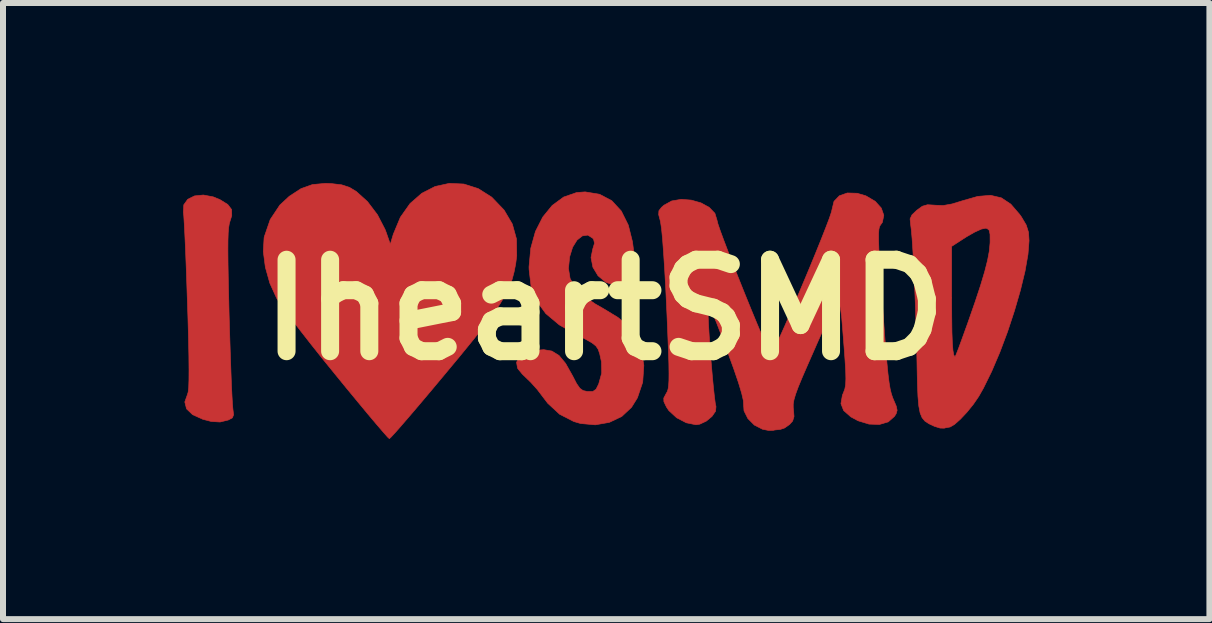
<source format=kicad_pcb>
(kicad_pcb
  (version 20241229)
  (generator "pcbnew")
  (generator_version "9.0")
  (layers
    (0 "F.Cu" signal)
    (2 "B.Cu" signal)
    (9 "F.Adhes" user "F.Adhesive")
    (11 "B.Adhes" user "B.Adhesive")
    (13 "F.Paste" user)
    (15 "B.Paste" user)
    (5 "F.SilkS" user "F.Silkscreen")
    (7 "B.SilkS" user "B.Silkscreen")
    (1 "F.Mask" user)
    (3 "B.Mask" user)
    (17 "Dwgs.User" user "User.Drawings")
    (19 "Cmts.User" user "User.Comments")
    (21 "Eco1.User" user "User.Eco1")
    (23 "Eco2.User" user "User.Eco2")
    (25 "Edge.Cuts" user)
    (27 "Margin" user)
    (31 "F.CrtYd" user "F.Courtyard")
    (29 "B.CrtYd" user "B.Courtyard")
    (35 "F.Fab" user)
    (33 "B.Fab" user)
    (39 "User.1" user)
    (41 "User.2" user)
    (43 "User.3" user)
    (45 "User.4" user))
  (footprint "IheartSMD"
    (layer "F.Cu")
    (at 7.022 2.112)
    (property "Reference" "IheartSMD" (at 0 0 0) (layer "F.SilkS") (effects (font (size 1.524 1.524) (thickness 0.3))))
    (attr through_hole)
    (fp_poly (pts (xy -6.519 -1.882) (xy -6.409 -1.837) (xy -6.277 -1.755) (xy -6.213 -1.671) (xy -6.211 -1.568) (xy -6.237 -1.486) (xy -6.251 -1.439) (xy -6.262 -1.373) (xy -6.27 -1.28) (xy -6.274 -1.153) (xy -6.275 -0.984) (xy -6.273 -0.765) (xy -6.268 -0.487) (xy -6.26 -0.144) (xy -6.255 0.078) (xy -6.245 0.411) (xy -6.235 0.724) (xy -6.225 1.008) (xy -6.216 1.252) (xy -6.206 1.448) (xy -6.198 1.585) (xy -6.192 1.65) (xy -6.18 1.749) (xy -6.201 1.8) (xy -6.267 1.835) (xy -6.27 1.836) (xy -6.406 1.869) (xy -6.553 1.86) (xy -6.692 1.824) (xy -6.863 1.747) (xy -6.964 1.65) (xy -6.993 1.535) (xy -6.949 1.411) (xy -6.937 1.371) (xy -6.928 1.294) (xy -6.924 1.172) (xy -6.923 1) (xy -6.925 0.771) (xy -6.931 0.48) (xy -6.941 0.119) (xy -6.948 -0.084) (xy -6.959 -0.414) (xy -6.97 -0.725) (xy -6.981 -1.005) (xy -6.992 -1.245) (xy -7.002 -1.435) (xy -7.01 -1.566) (xy -7.017 -1.626) (xy -7.01 -1.75) (xy -6.944 -1.842) (xy -6.831 -1.898) (xy -6.684 -1.913) (xy -6.519 -1.882)) (stroke (width 0.01) (type solid)) (fill yes) (layer "F.Cu"))
    (fp_poly (pts (xy -2.344 -2.096) (xy -2.105 -2.02) (xy -1.879 -1.877) (xy -1.676 -1.665) (xy -1.672 -1.66) (xy -1.536 -1.429) (xy -1.467 -1.18) (xy -1.463 -0.9) (xy -1.48 -0.766) (xy -1.507 -0.63) (xy -1.541 -0.503) (xy -1.588 -0.378) (xy -1.653 -0.246) (xy -1.74 -0.101) (xy -1.854 0.066) (xy -2.001 0.263) (xy -2.185 0.496) (xy -2.411 0.773) (xy -2.656 1.068) (xy -2.864 1.317) (xy -3.056 1.545) (xy -3.227 1.746) (xy -3.372 1.914) (xy -3.483 2.041) (xy -3.557 2.121) (xy -3.585 2.147) (xy -3.616 2.118) (xy -3.69 2.034) (xy -3.802 1.904) (xy -3.945 1.734) (xy -4.114 1.53) (xy -4.303 1.301) (xy -4.474 1.091) (xy -4.683 0.834) (xy -4.881 0.585) (xy -5.061 0.355) (xy -5.217 0.151) (xy -5.342 -0.016) (xy -5.428 -0.139) (xy -5.463 -0.194) (xy -5.576 -0.443) (xy -5.651 -0.71) (xy -5.685 -0.971) (xy -5.672 -1.201) (xy -5.668 -1.219) (xy -5.57 -1.504) (xy -5.41 -1.745) (xy -5.252 -1.892) (xy -5.057 -2.019) (xy -4.867 -2.087) (xy -4.65 -2.107) (xy -4.549 -2.103) (xy -4.38 -2.083) (xy -4.251 -2.041) (xy -4.136 -1.972) (xy -3.949 -1.803) (xy -3.783 -1.584) (xy -3.657 -1.341) (xy -3.638 -1.291) (xy -3.569 -1.093) (xy -3.519 -1.26) (xy -3.401 -1.543) (xy -3.24 -1.771) (xy -3.044 -1.942) (xy -2.823 -2.055) (xy -2.586 -2.107) (xy -2.344 -2.096)) (stroke (width 0.01) (type solid)) (fill yes) (layer "F.Cu"))
    (fp_poly (pts (xy 6.611 -1.866) (xy 6.769 -1.761) (xy 6.916 -1.59) (xy 6.946 -1.548) (xy 7.026 -1.413) (xy 7.064 -1.292) (xy 7.073 -1.151) (xy 7.055 -0.924) (xy 7.006 -0.644) (xy 6.929 -0.326) (xy 6.83 0.015) (xy 6.715 0.364) (xy 6.587 0.705) (xy 6.451 1.024) (xy 6.314 1.303) (xy 6.234 1.444) (xy 6.145 1.574) (xy 6.038 1.706) (xy 5.928 1.823) (xy 5.83 1.91) (xy 5.758 1.952) (xy 5.747 1.954) (xy 5.68 1.966) (xy 5.66 1.972) (xy 5.59 1.97) (xy 5.493 1.94) (xy 5.49 1.938) (xy 5.405 1.898) (xy 5.339 1.855) (xy 5.291 1.798) (xy 5.258 1.718) (xy 5.236 1.603) (xy 5.222 1.443) (xy 5.213 1.226) (xy 5.207 0.943) (xy 5.207 0.926) (xy 5.2 0.594) (xy 5.19 0.255) (xy 5.179 -0.081) (xy 5.166 -0.403) (xy 5.153 -0.7) (xy 5.139 -0.962) (xy 5.133 -1.057) (xy 5.783 -1.057) (xy 5.783 -0.199) (xy 5.785 0.12) (xy 5.788 0.368) (xy 5.795 0.552) (xy 5.805 0.677) (xy 5.818 0.751) (xy 5.836 0.78) (xy 5.841 0.782) (xy 5.857 0.747) (xy 5.895 0.651) (xy 5.948 0.507) (xy 6.013 0.327) (xy 6.05 0.225) (xy 6.171 -0.122) (xy 6.265 -0.406) (xy 6.334 -0.637) (xy 6.382 -0.826) (xy 6.411 -0.98) (xy 6.423 -1.111) (xy 6.424 -1.133) (xy 6.423 -1.258) (xy 6.409 -1.325) (xy 6.375 -1.354) (xy 6.349 -1.36) (xy 6.278 -1.345) (xy 6.167 -1.295) (xy 6.038 -1.221) (xy 6.026 -1.214) (xy 5.783 -1.057) (xy 5.133 -1.057) (xy 5.125 -1.178) (xy 5.111 -1.337) (xy 5.099 -1.429) (xy 5.099 -1.43) (xy 5.091 -1.515) (xy 5.122 -1.582) (xy 5.201 -1.658) (xy 5.295 -1.726) (xy 5.381 -1.751) (xy 5.5 -1.744) (xy 5.508 -1.743) (xy 5.643 -1.738) (xy 5.79 -1.764) (xy 5.959 -1.816) (xy 6.218 -1.89) (xy 6.432 -1.908) (xy 6.611 -1.866)) (stroke (width 0.01) (type solid)) (fill yes) (layer "F.Cu"))
    (fp_poly (pts (xy -0.082 -1.925) (xy 0.12 -1.819) (xy 0.279 -1.647) (xy 0.396 -1.412) (xy 0.466 -1.132) (xy 0.5 -0.863) (xy 0.502 -0.66) (xy 0.468 -0.518) (xy 0.399 -0.433) (xy 0.29 -0.399) (xy 0.187 -0.403) (xy 0.023 -0.458) (xy -0.108 -0.567) (xy -0.194 -0.71) (xy -0.225 -0.871) (xy -0.196 -1.014) (xy -0.167 -1.109) (xy -0.181 -1.172) (xy -0.195 -1.192) (xy -0.278 -1.245) (xy -0.369 -1.232) (xy -0.458 -1.162) (xy -0.532 -1.043) (xy -0.581 -0.884) (xy -0.601 -0.689) (xy -0.574 -0.523) (xy -0.495 -0.376) (xy -0.357 -0.237) (xy -0.153 -0.097) (xy -0.015 -0.018) (xy 0.224 0.127) (xy 0.397 0.272) (xy 0.517 0.428) (xy 0.597 0.609) (xy 0.604 0.632) (xy 0.655 0.924) (xy 0.636 1.206) (xy 0.548 1.466) (xy 0.45 1.624) (xy 0.287 1.777) (xy 0.08 1.875) (xy -0.154 1.916) (xy -0.399 1.894) (xy -0.512 1.861) (xy -0.748 1.74) (xy -0.946 1.557) (xy -1.023 1.456) (xy -1.121 1.327) (xy -1.23 1.206) (xy -1.278 1.16) (xy -1.369 1.072) (xy -1.436 0.991) (xy -1.449 0.972) (xy -1.466 0.874) (xy -1.415 0.786) (xy -1.307 0.718) (xy -1.153 0.675) (xy -1.012 0.664) (xy -0.877 0.687) (xy -0.759 0.76) (xy -0.649 0.892) (xy -0.536 1.093) (xy -0.535 1.094) (xy -0.466 1.228) (xy -0.412 1.306) (xy -0.358 1.345) (xy -0.29 1.36) (xy -0.282 1.36) (xy -0.194 1.36) (xy -0.141 1.323) (xy -0.097 1.235) (xy -0.047 1.054) (xy -0.051 0.866) (xy -0.081 0.73) (xy -0.106 0.658) (xy -0.144 0.602) (xy -0.211 0.549) (xy -0.321 0.487) (xy -0.46 0.418) (xy -0.755 0.25) (xy -0.978 0.063) (xy -1.132 -0.148) (xy -1.224 -0.392) (xy -1.257 -0.674) (xy -1.258 -0.716) (xy -1.229 -1.026) (xy -1.151 -1.306) (xy -1.029 -1.546) (xy -0.871 -1.74) (xy -0.681 -1.879) (xy -0.466 -1.954) (xy -0.323 -1.965) (xy -0.082 -1.925)) (stroke (width 0.01) (type solid)) (fill yes) (layer "F.Cu"))
    (fp_poly (pts (xy 4.21 -1.942) (xy 4.355 -1.899) (xy 4.51 -1.808) (xy 4.611 -1.696) (xy 4.653 -1.575) (xy 4.629 -1.457) (xy 4.595 -1.41) (xy 4.581 -1.384) (xy 4.571 -1.339) (xy 4.566 -1.266) (xy 4.566 -1.159) (xy 4.571 -1.008) (xy 4.582 -0.808) (xy 4.598 -0.549) (xy 4.621 -0.224) (xy 4.635 -0.02) (xy 4.662 0.348) (xy 4.684 0.646) (xy 4.705 0.883) (xy 4.723 1.068) (xy 4.741 1.211) (xy 4.759 1.318) (xy 4.779 1.4) (xy 4.801 1.465) (xy 4.813 1.493) (xy 4.86 1.604) (xy 4.875 1.674) (xy 4.859 1.73) (xy 4.831 1.775) (xy 4.727 1.867) (xy 4.58 1.91) (xy 4.406 1.904) (xy 4.223 1.848) (xy 4.103 1.783) (xy 3.984 1.678) (xy 3.939 1.563) (xy 3.963 1.423) (xy 3.982 1.377) (xy 4.004 1.318) (xy 4.017 1.247) (xy 4.021 1.15) (xy 4.018 1.014) (xy 4.006 0.824) (xy 3.992 0.634) (xy 3.969 0.343) (xy 3.951 0.123) (xy 3.932 -0.026) (xy 3.908 -0.105) (xy 3.873 -0.114) (xy 3.824 -0.052) (xy 3.756 0.08) (xy 3.664 0.283) (xy 3.543 0.556) (xy 3.511 0.629) (xy 3.389 0.906) (xy 3.296 1.12) (xy 3.228 1.284) (xy 3.183 1.407) (xy 3.156 1.499) (xy 3.144 1.569) (xy 3.144 1.628) (xy 3.148 1.663) (xy 3.157 1.778) (xy 3.134 1.853) (xy 3.083 1.91) (xy 2.999 1.969) (xy 2.927 1.993) (xy 2.836 2.002) (xy 2.807 2.009) (xy 2.735 2.01) (xy 2.634 1.99) (xy 2.631 1.989) (xy 2.496 1.92) (xy 2.388 1.811) (xy 2.324 1.683) (xy 2.317 1.585) (xy 2.313 1.512) (xy 2.285 1.39) (xy 2.232 1.214) (xy 2.151 0.977) (xy 2.041 0.675) (xy 2.037 0.664) (xy 1.939 0.403) (xy 1.864 0.208) (xy 1.808 0.074) (xy 1.77 -0.005) (xy 1.746 -0.037) (xy 1.732 -0.027) (xy 1.727 0.001) (xy 1.726 0.088) (xy 1.732 0.232) (xy 1.743 0.419) (xy 1.757 0.632) (xy 1.775 0.857) (xy 1.794 1.078) (xy 1.813 1.28) (xy 1.831 1.447) (xy 1.846 1.563) (xy 1.857 1.611) (xy 1.85 1.689) (xy 1.79 1.776) (xy 1.696 1.854) (xy 1.587 1.905) (xy 1.523 1.915) (xy 1.362 1.882) (xy 1.201 1.798) (xy 1.072 1.679) (xy 1.032 1.62) (xy 0.989 1.53) (xy 0.987 1.47) (xy 1.024 1.4) (xy 1.028 1.393) (xy 1.046 1.361) (xy 1.059 1.32) (xy 1.068 1.262) (xy 1.073 1.178) (xy 1.074 1.059) (xy 1.072 0.898) (xy 1.065 0.685) (xy 1.054 0.413) (xy 1.04 0.073) (xy 1.036 -0.008) (xy 1.02 -0.353) (xy 1.002 -0.669) (xy 0.984 -0.947) (xy 0.967 -1.177) (xy 0.95 -1.351) (xy 0.934 -1.459) (xy 0.93 -1.479) (xy 0.902 -1.586) (xy 0.906 -1.651) (xy 0.948 -1.706) (xy 0.99 -1.743) (xy 1.119 -1.814) (xy 1.277 -1.841) (xy 1.445 -1.828) (xy 1.607 -1.782) (xy 1.744 -1.707) (xy 1.839 -1.608) (xy 1.875 -1.49) (xy 1.875 -1.488) (xy 1.889 -1.432) (xy 1.928 -1.318) (xy 1.988 -1.156) (xy 2.064 -0.956) (xy 2.152 -0.73) (xy 2.248 -0.489) (xy 2.347 -0.242) (xy 2.445 -0.001) (xy 2.538 0.224) (xy 2.621 0.421) (xy 2.691 0.58) (xy 2.742 0.69) (xy 2.77 0.74) (xy 2.773 0.742) (xy 2.798 0.708) (xy 2.847 0.611) (xy 2.916 0.462) (xy 3.002 0.271) (xy 3.099 0.049) (xy 3.204 -0.195) (xy 3.311 -0.449) (xy 3.418 -0.704) (xy 3.519 -0.95) (xy 3.61 -1.175) (xy 3.687 -1.371) (xy 3.746 -1.526) (xy 3.781 -1.631) (xy 3.79 -1.671) (xy 3.823 -1.807) (xy 3.912 -1.9) (xy 4.045 -1.947) (xy 4.21 -1.942)) (stroke (width 0.01) (type solid)) (fill yes) (layer "F.Cu"))
    (fp_poly (pts (xy -6.519 -1.882) (xy -6.409 -1.837) (xy -6.277 -1.755) (xy -6.213 -1.671) (xy -6.211 -1.568) (xy -6.237 -1.486) (xy -6.251 -1.439) (xy -6.262 -1.373) (xy -6.27 -1.28) (xy -6.274 -1.153) (xy -6.275 -0.984) (xy -6.273 -0.765) (xy -6.268 -0.487) (xy -6.26 -0.144) (xy -6.255 0.078) (xy -6.245 0.411) (xy -6.235 0.724) (xy -6.225 1.008) (xy -6.216 1.252) (xy -6.206 1.448) (xy -6.198 1.585) (xy -6.192 1.65) (xy -6.18 1.749) (xy -6.201 1.8) (xy -6.267 1.835) (xy -6.27 1.836) (xy -6.406 1.869) (xy -6.553 1.86) (xy -6.692 1.824) (xy -6.863 1.747) (xy -6.964 1.65) (xy -6.993 1.535) (xy -6.949 1.411) (xy -6.937 1.371) (xy -6.928 1.294) (xy -6.924 1.172) (xy -6.923 1) (xy -6.925 0.771) (xy -6.931 0.48) (xy -6.941 0.119) (xy -6.948 -0.084) (xy -6.959 -0.414) (xy -6.97 -0.725) (xy -6.981 -1.005) (xy -6.992 -1.245) (xy -7.002 -1.435) (xy -7.01 -1.566) (xy -7.017 -1.626) (xy -7.01 -1.75) (xy -6.944 -1.842) (xy -6.831 -1.898) (xy -6.684 -1.913) (xy -6.519 -1.882)) (stroke (width 0.01) (type solid)) (fill yes) (layer "F.Mask"))
    (fp_poly (pts (xy -2.344 -2.096) (xy -2.105 -2.02) (xy -1.879 -1.877) (xy -1.676 -1.665) (xy -1.672 -1.66) (xy -1.536 -1.429) (xy -1.467 -1.18) (xy -1.463 -0.9) (xy -1.48 -0.766) (xy -1.507 -0.63) (xy -1.541 -0.503) (xy -1.588 -0.378) (xy -1.653 -0.246) (xy -1.74 -0.101) (xy -1.854 0.066) (xy -2.001 0.263) (xy -2.185 0.496) (xy -2.411 0.773) (xy -2.656 1.068) (xy -2.864 1.317) (xy -3.056 1.545) (xy -3.227 1.746) (xy -3.372 1.914) (xy -3.483 2.041) (xy -3.557 2.121) (xy -3.585 2.147) (xy -3.616 2.118) (xy -3.69 2.034) (xy -3.802 1.904) (xy -3.945 1.734) (xy -4.114 1.53) (xy -4.303 1.301) (xy -4.474 1.091) (xy -4.683 0.834) (xy -4.881 0.585) (xy -5.061 0.355) (xy -5.217 0.151) (xy -5.342 -0.016) (xy -5.428 -0.139) (xy -5.463 -0.194) (xy -5.576 -0.443) (xy -5.651 -0.71) (xy -5.685 -0.971) (xy -5.672 -1.201) (xy -5.668 -1.219) (xy -5.57 -1.504) (xy -5.41 -1.745) (xy -5.252 -1.892) (xy -5.057 -2.019) (xy -4.867 -2.087) (xy -4.65 -2.107) (xy -4.549 -2.103) (xy -4.38 -2.083) (xy -4.251 -2.041) (xy -4.136 -1.972) (xy -3.949 -1.803) (xy -3.783 -1.584) (xy -3.657 -1.341) (xy -3.638 -1.291) (xy -3.569 -1.093) (xy -3.519 -1.26) (xy -3.401 -1.543) (xy -3.24 -1.771) (xy -3.044 -1.942) (xy -2.823 -2.055) (xy -2.586 -2.107) (xy -2.344 -2.096)) (stroke (width 0.01) (type solid)) (fill yes) (layer "F.Mask"))
    (fp_poly (pts (xy 6.611 -1.866) (xy 6.769 -1.761) (xy 6.916 -1.59) (xy 6.946 -1.548) (xy 7.026 -1.413) (xy 7.064 -1.292) (xy 7.073 -1.151) (xy 7.055 -0.924) (xy 7.006 -0.644) (xy 6.929 -0.326) (xy 6.83 0.015) (xy 6.715 0.364) (xy 6.587 0.705) (xy 6.451 1.024) (xy 6.314 1.303) (xy 6.234 1.444) (xy 6.145 1.574) (xy 6.038 1.706) (xy 5.928 1.823) (xy 5.83 1.91) (xy 5.758 1.952) (xy 5.747 1.954) (xy 5.68 1.966) (xy 5.66 1.972) (xy 5.59 1.97) (xy 5.493 1.94) (xy 5.49 1.938) (xy 5.405 1.898) (xy 5.339 1.855) (xy 5.291 1.798) (xy 5.258 1.718) (xy 5.236 1.603) (xy 5.222 1.443) (xy 5.213 1.226) (xy 5.207 0.943) (xy 5.207 0.926) (xy 5.2 0.594) (xy 5.19 0.255) (xy 5.179 -0.081) (xy 5.166 -0.403) (xy 5.153 -0.7) (xy 5.139 -0.962) (xy 5.133 -1.057) (xy 5.783 -1.057) (xy 5.783 -0.199) (xy 5.785 0.12) (xy 5.788 0.368) (xy 5.795 0.552) (xy 5.805 0.677) (xy 5.818 0.751) (xy 5.836 0.78) (xy 5.841 0.782) (xy 5.857 0.747) (xy 5.895 0.651) (xy 5.948 0.507) (xy 6.013 0.327) (xy 6.05 0.225) (xy 6.171 -0.122) (xy 6.265 -0.406) (xy 6.334 -0.637) (xy 6.382 -0.826) (xy 6.411 -0.98) (xy 6.423 -1.111) (xy 6.424 -1.133) (xy 6.423 -1.258) (xy 6.409 -1.325) (xy 6.375 -1.354) (xy 6.349 -1.36) (xy 6.278 -1.345) (xy 6.167 -1.295) (xy 6.038 -1.221) (xy 6.026 -1.214) (xy 5.783 -1.057) (xy 5.133 -1.057) (xy 5.125 -1.178) (xy 5.111 -1.337) (xy 5.099 -1.429) (xy 5.099 -1.43) (xy 5.091 -1.515) (xy 5.122 -1.582) (xy 5.201 -1.658) (xy 5.295 -1.726) (xy 5.381 -1.751) (xy 5.5 -1.744) (xy 5.508 -1.743) (xy 5.643 -1.738) (xy 5.79 -1.764) (xy 5.959 -1.816) (xy 6.218 -1.89) (xy 6.432 -1.908) (xy 6.611 -1.866)) (stroke (width 0.01) (type solid)) (fill yes) (layer "F.Mask"))
    (fp_poly (pts (xy -0.082 -1.925) (xy 0.12 -1.819) (xy 0.279 -1.647) (xy 0.396 -1.412) (xy 0.466 -1.132) (xy 0.5 -0.863) (xy 0.502 -0.66) (xy 0.468 -0.518) (xy 0.399 -0.433) (xy 0.29 -0.399) (xy 0.187 -0.403) (xy 0.023 -0.458) (xy -0.108 -0.567) (xy -0.194 -0.71) (xy -0.225 -0.871) (xy -0.196 -1.014) (xy -0.167 -1.109) (xy -0.181 -1.172) (xy -0.195 -1.192) (xy -0.278 -1.245) (xy -0.369 -1.232) (xy -0.458 -1.162) (xy -0.532 -1.043) (xy -0.581 -0.884) (xy -0.601 -0.689) (xy -0.574 -0.523) (xy -0.495 -0.376) (xy -0.357 -0.237) (xy -0.153 -0.097) (xy -0.015 -0.018) (xy 0.224 0.127) (xy 0.397 0.272) (xy 0.517 0.428) (xy 0.597 0.609) (xy 0.604 0.632) (xy 0.655 0.924) (xy 0.636 1.206) (xy 0.548 1.466) (xy 0.45 1.624) (xy 0.287 1.777) (xy 0.08 1.875) (xy -0.154 1.916) (xy -0.399 1.894) (xy -0.512 1.861) (xy -0.748 1.74) (xy -0.946 1.557) (xy -1.023 1.456) (xy -1.121 1.327) (xy -1.23 1.206) (xy -1.278 1.16) (xy -1.369 1.072) (xy -1.436 0.991) (xy -1.449 0.972) (xy -1.466 0.874) (xy -1.415 0.786) (xy -1.307 0.718) (xy -1.153 0.675) (xy -1.012 0.664) (xy -0.877 0.687) (xy -0.759 0.76) (xy -0.649 0.892) (xy -0.536 1.093) (xy -0.535 1.094) (xy -0.466 1.228) (xy -0.412 1.306) (xy -0.358 1.345) (xy -0.29 1.36) (xy -0.282 1.36) (xy -0.194 1.36) (xy -0.141 1.323) (xy -0.097 1.235) (xy -0.047 1.054) (xy -0.051 0.866) (xy -0.081 0.73) (xy -0.106 0.658) (xy -0.144 0.602) (xy -0.211 0.549) (xy -0.321 0.487) (xy -0.46 0.418) (xy -0.755 0.25) (xy -0.978 0.063) (xy -1.132 -0.148) (xy -1.224 -0.392) (xy -1.257 -0.674) (xy -1.258 -0.716) (xy -1.229 -1.026) (xy -1.151 -1.306) (xy -1.029 -1.546) (xy -0.871 -1.74) (xy -0.681 -1.879) (xy -0.466 -1.954) (xy -0.323 -1.965) (xy -0.082 -1.925)) (stroke (width 0.01) (type solid)) (fill yes) (layer "F.Mask"))
    (fp_poly (pts (xy 4.21 -1.942) (xy 4.355 -1.899) (xy 4.51 -1.808) (xy 4.611 -1.696) (xy 4.653 -1.575) (xy 4.629 -1.457) (xy 4.595 -1.41) (xy 4.581 -1.384) (xy 4.571 -1.339) (xy 4.566 -1.266) (xy 4.566 -1.159) (xy 4.571 -1.008) (xy 4.582 -0.808) (xy 4.598 -0.549) (xy 4.621 -0.224) (xy 4.635 -0.02) (xy 4.662 0.348) (xy 4.684 0.646) (xy 4.705 0.883) (xy 4.723 1.068) (xy 4.741 1.211) (xy 4.759 1.318) (xy 4.779 1.4) (xy 4.801 1.465) (xy 4.813 1.493) (xy 4.86 1.604) (xy 4.875 1.674) (xy 4.859 1.73) (xy 4.831 1.775) (xy 4.727 1.867) (xy 4.58 1.91) (xy 4.406 1.904) (xy 4.223 1.848) (xy 4.103 1.783) (xy 3.984 1.678) (xy 3.939 1.563) (xy 3.963 1.423) (xy 3.982 1.377) (xy 4.004 1.318) (xy 4.017 1.247) (xy 4.021 1.15) (xy 4.018 1.014) (xy 4.006 0.824) (xy 3.992 0.634) (xy 3.969 0.343) (xy 3.951 0.123) (xy 3.932 -0.026) (xy 3.908 -0.105) (xy 3.873 -0.114) (xy 3.824 -0.052) (xy 3.756 0.08) (xy 3.664 0.283) (xy 3.543 0.556) (xy 3.511 0.629) (xy 3.389 0.906) (xy 3.296 1.12) (xy 3.228 1.284) (xy 3.183 1.407) (xy 3.156 1.499) (xy 3.144 1.569) (xy 3.144 1.628) (xy 3.148 1.663) (xy 3.157 1.778) (xy 3.134 1.853) (xy 3.083 1.91) (xy 2.999 1.969) (xy 2.927 1.993) (xy 2.836 2.002) (xy 2.807 2.009) (xy 2.735 2.01) (xy 2.634 1.99) (xy 2.631 1.989) (xy 2.496 1.92) (xy 2.388 1.811) (xy 2.324 1.683) (xy 2.317 1.585) (xy 2.313 1.512) (xy 2.285 1.39) (xy 2.232 1.214) (xy 2.151 0.977) (xy 2.041 0.675) (xy 2.037 0.664) (xy 1.939 0.403) (xy 1.864 0.208) (xy 1.808 0.074) (xy 1.77 -0.005) (xy 1.746 -0.037) (xy 1.732 -0.027) (xy 1.727 0.001) (xy 1.726 0.088) (xy 1.732 0.232) (xy 1.743 0.419) (xy 1.757 0.632) (xy 1.775 0.857) (xy 1.794 1.078) (xy 1.813 1.28) (xy 1.831 1.447) (xy 1.846 1.563) (xy 1.857 1.611) (xy 1.85 1.689) (xy 1.79 1.776) (xy 1.696 1.854) (xy 1.587 1.905) (xy 1.523 1.915) (xy 1.362 1.882) (xy 1.201 1.798) (xy 1.072 1.679) (xy 1.032 1.62) (xy 0.989 1.53) (xy 0.987 1.47) (xy 1.024 1.4) (xy 1.028 1.393) (xy 1.046 1.361) (xy 1.059 1.32) (xy 1.068 1.262) (xy 1.073 1.178) (xy 1.074 1.059) (xy 1.072 0.898) (xy 1.065 0.685) (xy 1.054 0.413) (xy 1.04 0.073) (xy 1.036 -0.008) (xy 1.02 -0.353) (xy 1.002 -0.669) (xy 0.984 -0.947) (xy 0.967 -1.177) (xy 0.95 -1.351) (xy 0.934 -1.459) (xy 0.93 -1.479) (xy 0.902 -1.586) (xy 0.906 -1.651) (xy 0.948 -1.706) (xy 0.99 -1.743) (xy 1.119 -1.814) (xy 1.277 -1.841) (xy 1.445 -1.828) (xy 1.607 -1.782) (xy 1.744 -1.707) (xy 1.839 -1.608) (xy 1.875 -1.49) (xy 1.875 -1.488) (xy 1.889 -1.432) (xy 1.928 -1.318) (xy 1.988 -1.156) (xy 2.064 -0.956) (xy 2.152 -0.73) (xy 2.248 -0.489) (xy 2.347 -0.242) (xy 2.445 -0.001) (xy 2.538 0.224) (xy 2.621 0.421) (xy 2.691 0.58) (xy 2.742 0.69) (xy 2.77 0.74) (xy 2.773 0.742) (xy 2.798 0.708) (xy 2.847 0.611) (xy 2.916 0.462) (xy 3.002 0.271) (xy 3.099 0.049) (xy 3.204 -0.195) (xy 3.311 -0.449) (xy 3.418 -0.704) (xy 3.519 -0.95) (xy 3.61 -1.175) (xy 3.687 -1.371) (xy 3.746 -1.526) (xy 3.781 -1.631) (xy 3.79 -1.671) (xy 3.823 -1.807) (xy 3.912 -1.9) (xy 4.045 -1.947) (xy 4.21 -1.942)) (stroke (width 0.01) (type solid)) (fill yes) (layer "F.Mask")))
  (gr_rect
    (start -3 -3)
    (end 17.1 7.265)
    (stroke (width 0.1) (type default))
    (fill no)
    (layer "Edge.Cuts")))
</source>
